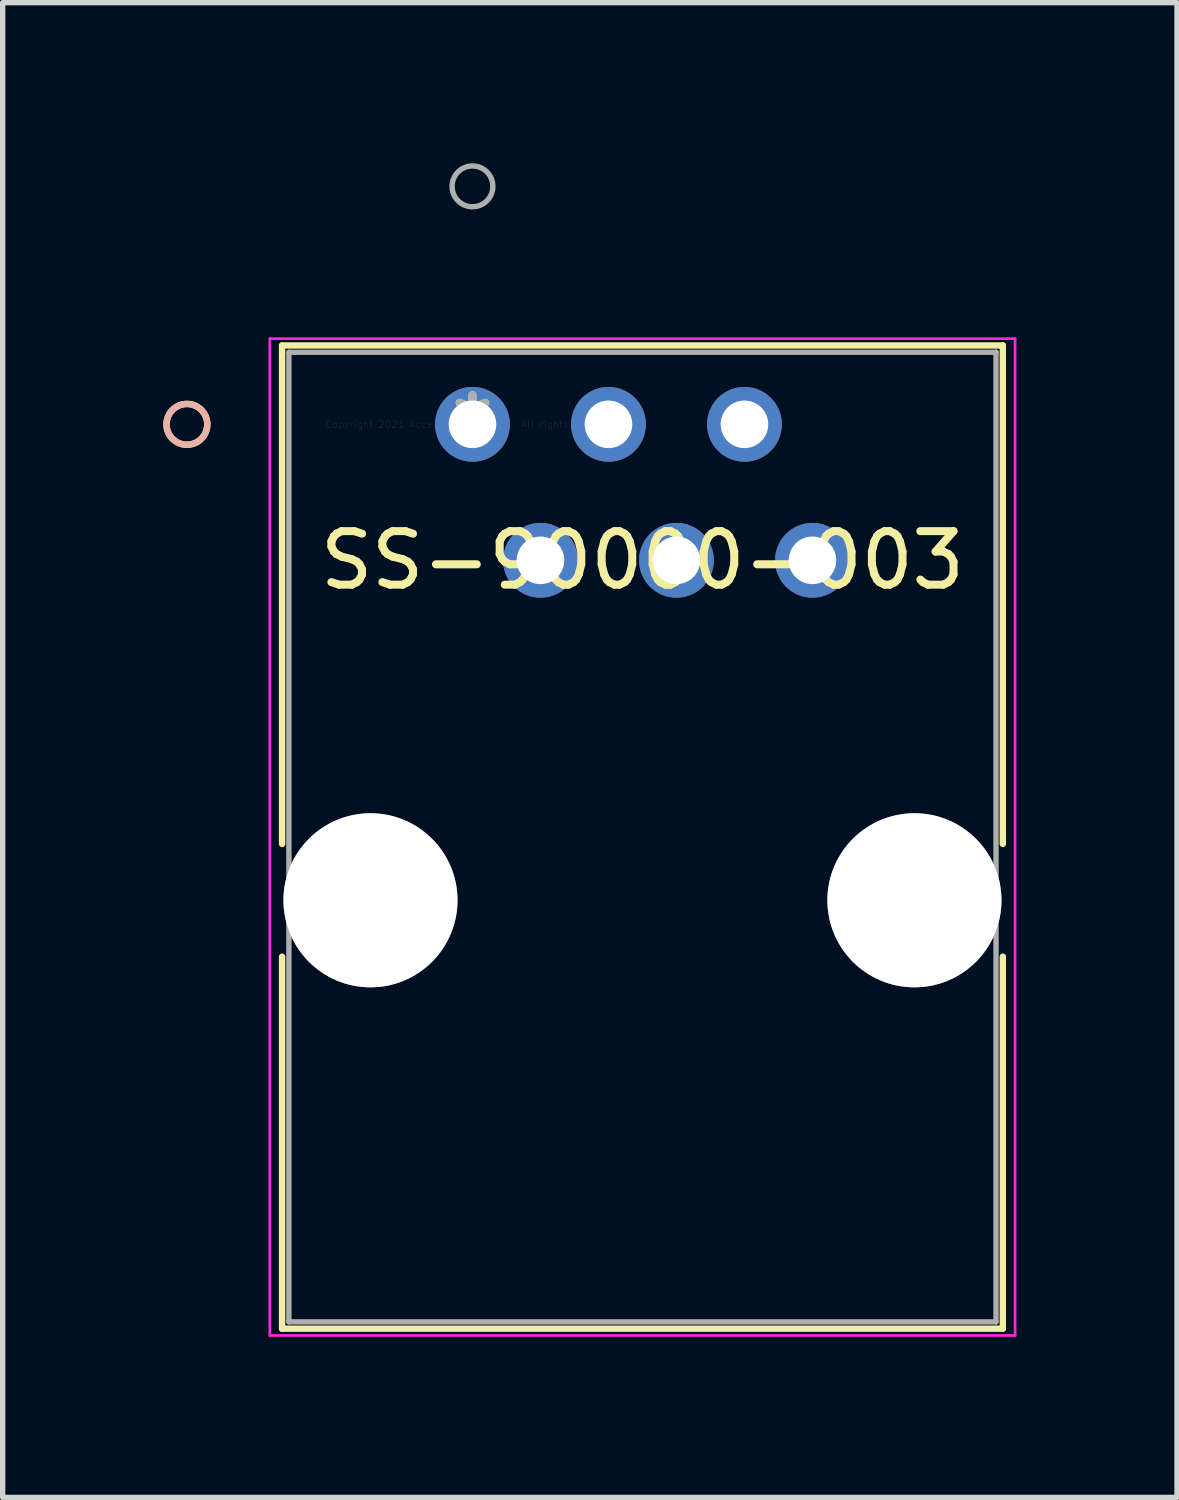
<source format=kicad_pcb>
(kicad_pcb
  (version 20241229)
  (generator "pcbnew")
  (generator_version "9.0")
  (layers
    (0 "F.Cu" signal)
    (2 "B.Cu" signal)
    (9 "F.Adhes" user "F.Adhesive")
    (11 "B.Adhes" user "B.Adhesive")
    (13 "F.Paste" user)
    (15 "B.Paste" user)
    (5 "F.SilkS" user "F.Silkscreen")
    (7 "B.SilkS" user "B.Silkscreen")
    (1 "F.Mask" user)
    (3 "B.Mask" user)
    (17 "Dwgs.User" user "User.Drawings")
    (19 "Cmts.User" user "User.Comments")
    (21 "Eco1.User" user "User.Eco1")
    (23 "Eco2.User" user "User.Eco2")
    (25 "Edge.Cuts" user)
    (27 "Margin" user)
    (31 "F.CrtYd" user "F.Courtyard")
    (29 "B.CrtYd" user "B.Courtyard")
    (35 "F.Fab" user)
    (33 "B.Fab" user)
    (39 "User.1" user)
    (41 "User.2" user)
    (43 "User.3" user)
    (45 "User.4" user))
  (footprint "SS-90000-003"
    (layer "F.Cu")
    (at 5.775 4.876)
    (property "Reference" "SS-90000-003" (at 3.175 2.54 0) (layer "F.SilkS") (effects (font (size 1 1) (thickness 0.15))))
    (attr through_hole)
    (fp_line (start -3.556 -1.473) (end -3.556 7.837) (stroke (width 0.12) (type solid)) (layer "F.SilkS"))
    (fp_line (start -3.556 9.943) (end -3.556 16.891) (stroke (width 0.12) (type solid)) (layer "F.SilkS"))
    (fp_line (start -3.556 16.891) (end 9.906 16.891) (stroke (width 0.12) (type solid)) (layer "F.SilkS"))
    (fp_line (start 9.906 -1.473) (end -3.556 -1.473) (stroke (width 0.12) (type solid)) (layer "F.SilkS"))
    (fp_line (start 9.906 7.837) (end 9.906 -1.473) (stroke (width 0.12) (type solid)) (layer "F.SilkS"))
    (fp_line (start 9.906 16.891) (end 9.906 9.943) (stroke (width 0.12) (type solid)) (layer "F.SilkS"))
    (fp_circle (center -5.334 0) (end -4.953 0) (stroke (width 0.12) (type solid)) (fill no) (layer "F.SilkS"))
    (fp_circle (center -5.334 0) (end -4.953 0) (stroke (width 0.12) (type solid)) (fill no) (layer "B.SilkS"))
    (fp_line (start -3.785 -1.6) (end -3.785 17.018) (stroke (width 0.05) (type solid)) (layer "F.CrtYd"))
    (fp_line (start -3.785 17.018) (end 10.135 17.018) (stroke (width 0.05) (type solid)) (layer "F.CrtYd"))
    (fp_line (start 10.135 -1.6) (end -3.785 -1.6) (stroke (width 0.05) (type solid)) (layer "F.CrtYd"))
    (fp_line (start 10.135 17.018) (end 10.135 -1.6) (stroke (width 0.05) (type solid)) (layer "F.CrtYd"))
    (fp_line (start -3.429 -1.346) (end -3.429 16.764) (stroke (width 0.1) (type solid)) (layer "F.Fab"))
    (fp_line (start -3.429 16.764) (end 9.779 16.764) (stroke (width 0.1) (type solid)) (layer "F.Fab"))
    (fp_line (start 9.779 -1.346) (end -3.429 -1.346) (stroke (width 0.1) (type solid)) (layer "F.Fab"))
    (fp_line (start 9.779 16.764) (end 9.779 -1.346) (stroke (width 0.1) (type solid)) (layer "F.Fab"))
    (fp_circle (center 0 -4.445) (end 0.381 -4.445) (stroke (width 0.1) (type solid)) (fill no) (layer "F.Fab"))
    (fp_text user "*" (at 0 0 0) (layer "F.SilkS") (effects (font (size 1 1) (thickness 0.15))))
    (fp_text user "Copyright 2021 Accelerated Designs. All rights reserved." (at 0 0 0) (layer "Cmts.User") (effects (font (size 0.127 0.127) (thickness 0.002))))
    (fp_text user "*" (at 0 0 0) (layer "F.Fab") (effects (font (size 1 1) (thickness 0.15))))
    (pad "1" thru_hole circle (at 0 0) (size 1.397 1.397) (drill 0.889) (layers "*.Cu" "*.Mask"))
    (pad "2" thru_hole circle (at 1.27 2.54) (size 1.397 1.397) (drill 0.889) (layers "*.Cu" "*.Mask"))
    (pad "3" thru_hole circle (at 2.54 0) (size 1.397 1.397) (drill 0.889) (layers "*.Cu" "*.Mask"))
    (pad "4" thru_hole circle (at 3.81 2.54) (size 1.397 1.397) (drill 0.889) (layers "*.Cu" "*.Mask"))
    (pad "5" thru_hole circle (at 5.08 0) (size 1.397 1.397) (drill 0.889) (layers "*.Cu" "*.Mask"))
    (pad "6" thru_hole circle (at 6.35 2.54) (size 1.397 1.397) (drill 0.889) (layers "*.Cu" "*.Mask"))
    (pad "7" thru_hole circle (at -1.905 8.89) (size 3.251 3.251) (drill 3.251) (layers "*.Cu" "*.Mask"))
    (pad "8" thru_hole circle (at 8.255 8.89) (size 3.251 3.251) (drill 3.251) (layers "*.Cu" "*.Mask")))
  (gr_rect
    (start -3 -3)
    (end 18.935 24.919)
    (stroke (width 0.1) (type default))
    (fill no)
    (layer "Edge.Cuts")))
</source>
